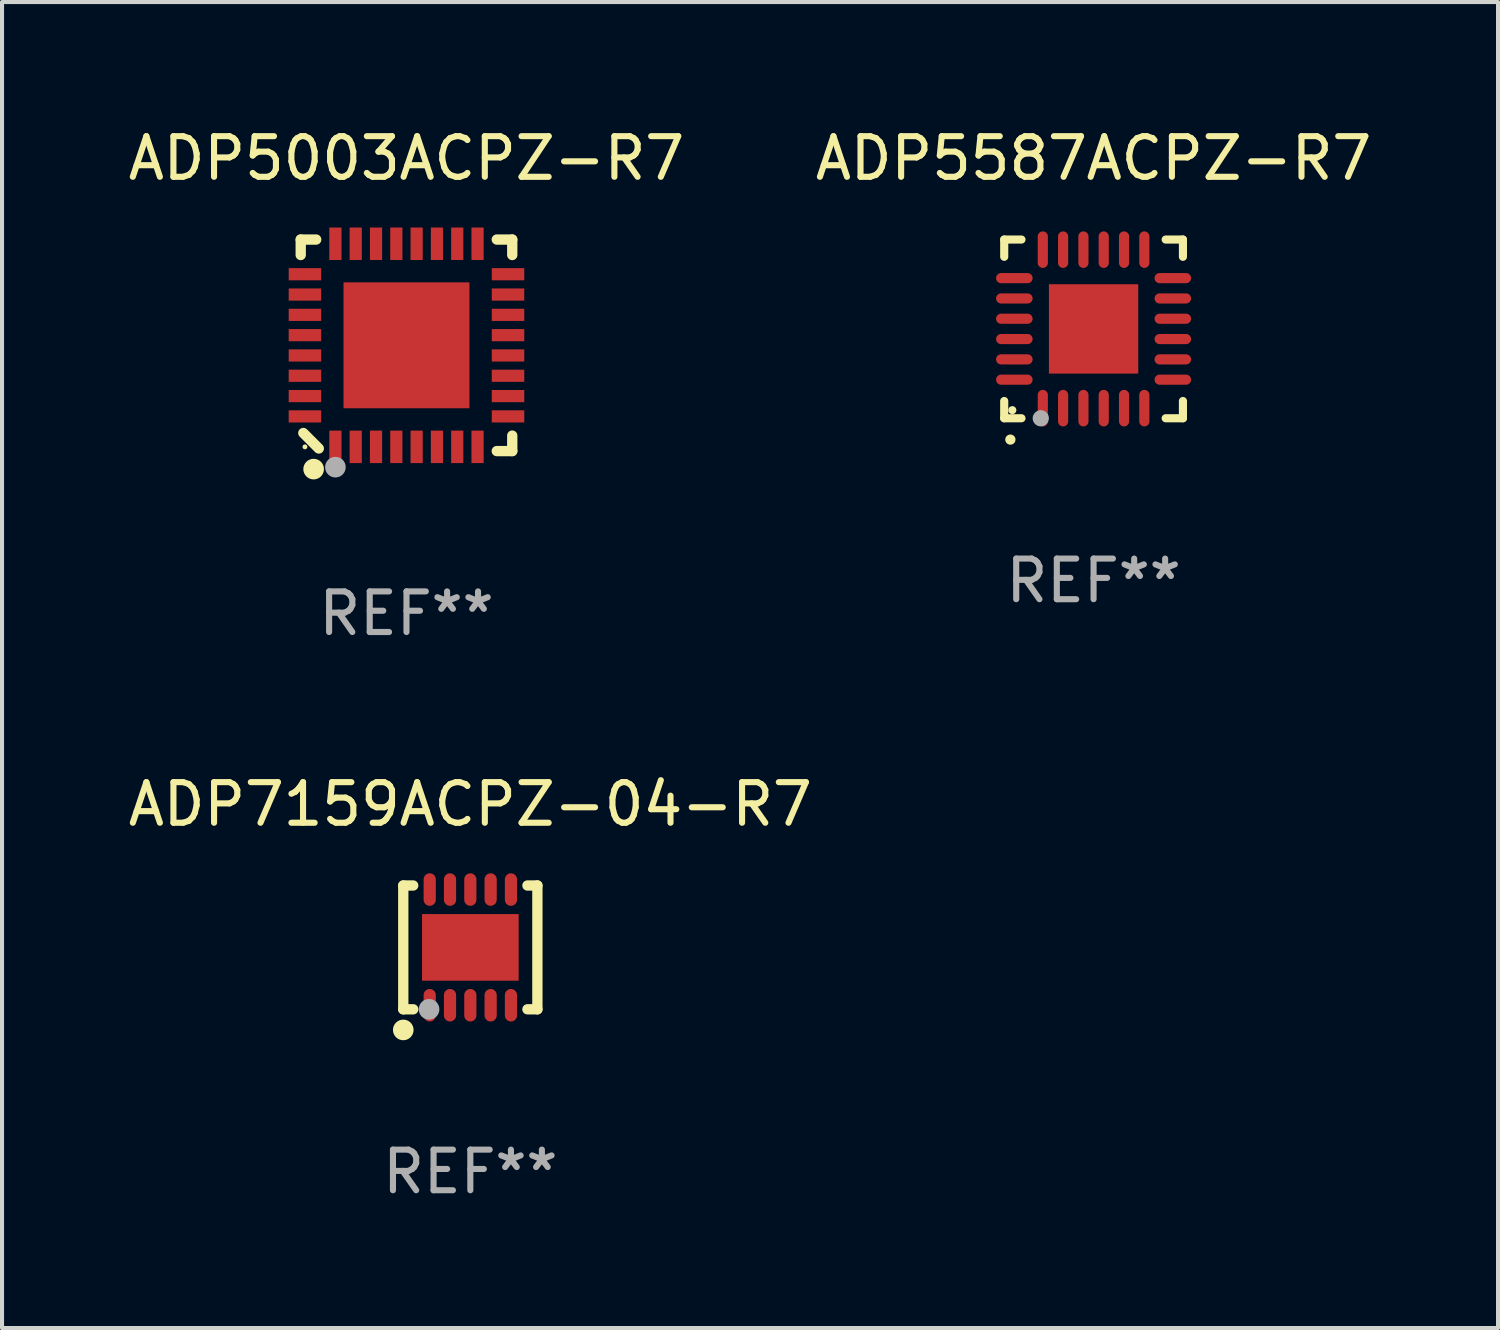
<source format=kicad_pcb>
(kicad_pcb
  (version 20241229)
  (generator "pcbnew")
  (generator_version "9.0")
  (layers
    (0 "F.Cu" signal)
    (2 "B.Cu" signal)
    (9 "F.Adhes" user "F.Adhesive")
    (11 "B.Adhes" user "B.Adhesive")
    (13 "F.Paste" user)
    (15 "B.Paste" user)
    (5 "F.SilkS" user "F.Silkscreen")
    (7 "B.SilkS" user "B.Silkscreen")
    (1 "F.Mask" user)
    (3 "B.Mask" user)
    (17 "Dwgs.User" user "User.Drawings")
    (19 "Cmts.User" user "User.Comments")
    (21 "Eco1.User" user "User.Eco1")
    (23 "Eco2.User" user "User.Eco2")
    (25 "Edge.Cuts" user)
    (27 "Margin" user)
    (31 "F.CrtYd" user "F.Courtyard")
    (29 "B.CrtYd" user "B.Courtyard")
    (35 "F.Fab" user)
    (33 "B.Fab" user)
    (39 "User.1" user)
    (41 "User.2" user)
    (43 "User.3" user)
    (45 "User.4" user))
  (footprint "ADP7159ACPZ-04-R7"
    (layer "F.Cu")
    (at 8.53 20.276)
    (property "Reference" "ADP7159ACPZ-04-R7" (at 0 -3.524 0) (layer "F.SilkS") (effects (font (size 1 1) (thickness 0.15))))
    (attr through_hole)
    (fp_line (start -1.651 -1.524) (end -1.651 1.524) (stroke (width 0.254) (type solid)) (layer "F.SilkS"))
    (fp_line (start -1.651 1.524) (end -1.406 1.524) (stroke (width 0.254) (type solid)) (layer "F.SilkS"))
    (fp_line (start -1.406 -1.524) (end -1.651 -1.524) (stroke (width 0.254) (type solid)) (layer "F.SilkS"))
    (fp_line (start 1.406 1.524) (end 1.651 1.524) (stroke (width 0.254) (type solid)) (layer "F.SilkS"))
    (fp_line (start 1.651 -1.524) (end 1.406 -1.524) (stroke (width 0.254) (type solid)) (layer "F.SilkS"))
    (fp_line (start 1.651 1.524) (end 1.651 -1.524) (stroke (width 0.254) (type solid)) (layer "F.SilkS"))
    (fp_circle (center -1.651 2.032) (end -1.524 2.032) (stroke (width 0.254) (type solid)) (fill no) (layer "F.SilkS"))
    (fp_circle (center -1.5 1.5) (end -1.47 1.5) (stroke (width 0.06) (type solid)) (fill no) (layer "F.SilkS"))
    (fp_circle (center -1.016 1.524) (end -0.889 1.524) (stroke (width 0.254) (type solid)) (fill no) (layer "F.Fab"))
    (fp_text user "REF**" (at 0 5.524 0) (layer "F.Fab") (effects (font (size 1 1) (thickness 0.15))))
    (pad "1" smd oval (at -1 1.424 90) (size 0.8 0.3) (layers "F.Cu" "F.Mask" "F.Paste"))
    (pad "2" smd oval (at -0.5 1.424 90) (size 0.8 0.3) (layers "F.Cu" "F.Mask" "F.Paste"))
    (pad "3" smd oval (at 0 1.424 90) (size 0.8 0.3) (layers "F.Cu" "F.Mask" "F.Paste"))
    (pad "4" smd oval (at 0.5 1.424 90) (size 0.8 0.3) (layers "F.Cu" "F.Mask" "F.Paste"))
    (pad "5" smd oval (at 1 1.424 90) (size 0.8 0.3) (layers "F.Cu" "F.Mask" "F.Paste"))
    (pad "6" smd oval (at 1 -1.424 90) (size 0.8 0.3) (layers "F.Cu" "F.Mask" "F.Paste"))
    (pad "7" smd oval (at 0.5 -1.424 90) (size 0.8 0.3) (layers "F.Cu" "F.Mask" "F.Paste"))
    (pad "8" smd oval (at 0 -1.424 90) (size 0.8 0.3) (layers "F.Cu" "F.Mask" "F.Paste"))
    (pad "9" smd oval (at -0.5 -1.424 90) (size 0.8 0.3) (layers "F.Cu" "F.Mask" "F.Paste"))
    (pad "10" smd oval (at -1 -1.424 90) (size 0.8 0.3) (layers "F.Cu" "F.Mask" "F.Paste"))
    (pad "11" smd rect (at 0 0 90) (size 1.64 2.38) (layers "F.Cu" "F.Mask" "F.Paste")))
  (footprint "ADP5003ACPZ-R7"
    (layer "F.Cu")
    (at 6.958 5.452)
    (property "Reference" "ADP5003ACPZ-R7" (at 0 -4.604 0) (layer "F.SilkS") (effects (font (size 1 1) (thickness 0.15))))
    (attr through_hole)
    (fp_line (start -2.604 -2.604) (end -2.604 -2.223) (stroke (width 0.254) (type solid)) (layer "F.SilkS"))
    (fp_line (start -2.54 2.159) (end -2.159 2.54) (stroke (width 0.254) (type solid)) (layer "F.SilkS"))
    (fp_line (start -2.223 -2.604) (end -2.604 -2.604) (stroke (width 0.254) (type solid)) (layer "F.SilkS"))
    (fp_line (start 2.223 2.604) (end 2.604 2.604) (stroke (width 0.254) (type solid)) (layer "F.SilkS"))
    (fp_line (start 2.604 -2.604) (end 2.223 -2.604) (stroke (width 0.254) (type solid)) (layer "F.SilkS"))
    (fp_line (start 2.604 -2.223) (end 2.604 -2.604) (stroke (width 0.254) (type solid)) (layer "F.SilkS"))
    (fp_line (start 2.604 2.604) (end 2.604 2.223) (stroke (width 0.254) (type solid)) (layer "F.SilkS"))
    (fp_circle (center -2.5 2.5) (end -2.47 2.5) (stroke (width 0.06) (type solid)) (fill no) (layer "F.SilkS"))
    (fp_circle (center -2.286 3.048) (end -2.159 3.048) (stroke (width 0.254) (type solid)) (fill no) (layer "F.SilkS"))
    (fp_circle (center -1.75 3) (end -1.623 3) (stroke (width 0.254) (type solid)) (fill no) (layer "F.Fab"))
    (fp_text user "REF**" (at 0 6.604 0) (layer "F.Fab") (effects (font (size 1 1) (thickness 0.15))))
    (pad "1" smd rect (at -1.75 2.5) (size 0.3 0.8) (layers "F.Cu" "F.Mask" "F.Paste"))
    (pad "2" smd rect (at -1.25 2.5) (size 0.3 0.8) (layers "F.Cu" "F.Mask" "F.Paste"))
    (pad "3" smd rect (at -0.75 2.5) (size 0.3 0.8) (layers "F.Cu" "F.Mask" "F.Paste"))
    (pad "4" smd rect (at -0.25 2.5) (size 0.3 0.8) (layers "F.Cu" "F.Mask" "F.Paste"))
    (pad "5" smd rect (at 0.25 2.5) (size 0.3 0.8) (layers "F.Cu" "F.Mask" "F.Paste"))
    (pad "6" smd rect (at 0.75 2.5) (size 0.3 0.8) (layers "F.Cu" "F.Mask" "F.Paste"))
    (pad "7" smd rect (at 1.25 2.5) (size 0.3 0.8) (layers "F.Cu" "F.Mask" "F.Paste"))
    (pad "8" smd rect (at 1.75 2.5) (size 0.3 0.8) (layers "F.Cu" "F.Mask" "F.Paste"))
    (pad "9" smd rect (at 2.5 1.75) (size 0.8 0.3) (layers "F.Cu" "F.Mask" "F.Paste"))
    (pad "10" smd rect (at 2.5 1.25) (size 0.8 0.3) (layers "F.Cu" "F.Mask" "F.Paste"))
    (pad "11" smd rect (at 2.5 0.75) (size 0.8 0.3) (layers "F.Cu" "F.Mask" "F.Paste"))
    (pad "12" smd rect (at 2.5 0.25) (size 0.8 0.3) (layers "F.Cu" "F.Mask" "F.Paste"))
    (pad "13" smd rect (at 2.5 -0.25) (size 0.8 0.3) (layers "F.Cu" "F.Mask" "F.Paste"))
    (pad "14" smd rect (at 2.5 -0.75) (size 0.8 0.3) (layers "F.Cu" "F.Mask" "F.Paste"))
    (pad "15" smd rect (at 2.5 -1.25) (size 0.8 0.3) (layers "F.Cu" "F.Mask" "F.Paste"))
    (pad "16" smd rect (at 2.5 -1.75) (size 0.8 0.3) (layers "F.Cu" "F.Mask" "F.Paste"))
    (pad "17" smd rect (at 1.75 -2.5) (size 0.3 0.8) (layers "F.Cu" "F.Mask" "F.Paste"))
    (pad "18" smd rect (at 1.25 -2.5) (size 0.3 0.8) (layers "F.Cu" "F.Mask" "F.Paste"))
    (pad "19" smd rect (at 0.75 -2.5) (size 0.3 0.8) (layers "F.Cu" "F.Mask" "F.Paste"))
    (pad "20" smd rect (at 0.25 -2.5) (size 0.3 0.8) (layers "F.Cu" "F.Mask" "F.Paste"))
    (pad "21" smd rect (at -0.25 -2.5) (size 0.3 0.8) (layers "F.Cu" "F.Mask" "F.Paste"))
    (pad "22" smd rect (at -0.75 -2.5) (size 0.3 0.8) (layers "F.Cu" "F.Mask" "F.Paste"))
    (pad "23" smd rect (at -1.25 -2.5) (size 0.3 0.8) (layers "F.Cu" "F.Mask" "F.Paste"))
    (pad "24" smd rect (at -1.75 -2.5) (size 0.3 0.8) (layers "F.Cu" "F.Mask" "F.Paste"))
    (pad "25" smd rect (at -2.5 -1.75) (size 0.8 0.3) (layers "F.Cu" "F.Mask" "F.Paste"))
    (pad "26" smd rect (at -2.5 -1.25) (size 0.8 0.3) (layers "F.Cu" "F.Mask" "F.Paste"))
    (pad "27" smd rect (at -2.5 -0.75) (size 0.8 0.3) (layers "F.Cu" "F.Mask" "F.Paste"))
    (pad "28" smd rect (at -2.5 -0.25) (size 0.8 0.3) (layers "F.Cu" "F.Mask" "F.Paste"))
    (pad "29" smd rect (at -2.5 0.25) (size 0.8 0.3) (layers "F.Cu" "F.Mask" "F.Paste"))
    (pad "30" smd rect (at -2.5 0.75) (size 0.8 0.3) (layers "F.Cu" "F.Mask" "F.Paste"))
    (pad "31" smd rect (at -2.5 1.25) (size 0.8 0.3) (layers "F.Cu" "F.Mask" "F.Paste"))
    (pad "32" smd rect (at -2.5 1.75) (size 0.8 0.3) (layers "F.Cu" "F.Mask" "F.Paste"))
    (pad "33" smd rect (at 0 -0.000025) (size 3.1 3.1) (layers "F.Cu" "F.Mask" "F.Paste")))
  (footprint "ADP5587ACPZ-R7"
    (layer "F.Cu")
    (at 23.875 5.048)
    (property "Reference" "ADP5587ACPZ-R7" (at 0 -4.2 0) (layer "F.SilkS") (effects (font (size 1 1) (thickness 0.15))))
    (attr through_hole)
    (fp_line (start -2.2 -2.2) (end -2.2 -1.775) (stroke (width 0.2) (type solid)) (layer "F.SilkS"))
    (fp_line (start -2.2 2.2) (end -2.2 1.775) (stroke (width 0.2) (type solid)) (layer "F.SilkS"))
    (fp_line (start -1.775 -2.2) (end -2.2 -2.2) (stroke (width 0.2) (type solid)) (layer "F.SilkS"))
    (fp_line (start -1.775 2.2) (end -2.2 2.2) (stroke (width 0.2) (type solid)) (layer "F.SilkS"))
    (fp_line (start 2.2 -2.2) (end 1.775 -2.2) (stroke (width 0.2) (type solid)) (layer "F.SilkS"))
    (fp_line (start 2.2 -1.775) (end 2.2 -2.2) (stroke (width 0.2) (type solid)) (layer "F.SilkS"))
    (fp_line (start 2.2 1.775) (end 2.2 2.2) (stroke (width 0.2) (type solid)) (layer "F.SilkS"))
    (fp_line (start 2.2 2.2) (end 1.775 2.2) (stroke (width 0.2) (type solid)) (layer "F.SilkS"))
    (fp_arc (start -2.049784 2.725425) (mid -2.048514 2.725419) (end -2.047244 2.725425) (stroke (width 0.25) (type solid)) (layer "F.SilkS"))
    (fp_circle (center -2 2) (end -1.95 2) (stroke (width 0.1) (type solid)) (fill no) (layer "F.SilkS"))
    (fp_circle (center -1.3 2.2) (end -1.2 2.2) (stroke (width 0.2) (type solid)) (fill no) (layer "F.Fab"))
    (fp_text user "REF**" (at 0 6.2 0) (layer "F.Fab") (effects (font (size 1 1) (thickness 0.15))))
    (pad "1" smd oval (at -1.25 1.951) (size 0.25 0.9) (layers "F.Cu" "F.Mask" "F.Paste"))
    (pad "2" smd oval (at -0.75 1.951) (size 0.25 0.9) (layers "F.Cu" "F.Mask" "F.Paste"))
    (pad "3" smd oval (at -0.25 1.951) (size 0.25 0.9) (layers "F.Cu" "F.Mask" "F.Paste"))
    (pad "4" smd oval (at 0.25 1.951) (size 0.25 0.9) (layers "F.Cu" "F.Mask" "F.Paste"))
    (pad "5" smd oval (at 0.75 1.951) (size 0.25 0.9) (layers "F.Cu" "F.Mask" "F.Paste"))
    (pad "6" smd oval (at 1.25 1.951) (size 0.25 0.9) (layers "F.Cu" "F.Mask" "F.Paste"))
    (pad "7" smd oval (at 1.951 1.25) (size 0.9 0.25) (layers "F.Cu" "F.Mask" "F.Paste"))
    (pad "8" smd oval (at 1.951 0.75) (size 0.9 0.25) (layers "F.Cu" "F.Mask" "F.Paste"))
    (pad "9" smd oval (at 1.951 0.25) (size 0.9 0.25) (layers "F.Cu" "F.Mask" "F.Paste"))
    (pad "10" smd oval (at 1.951 -0.25) (size 0.9 0.25) (layers "F.Cu" "F.Mask" "F.Paste"))
    (pad "11" smd oval (at 1.951 -0.75) (size 0.9 0.25) (layers "F.Cu" "F.Mask" "F.Paste"))
    (pad "12" smd oval (at 1.951 -1.25) (size 0.9 0.25) (layers "F.Cu" "F.Mask" "F.Paste"))
    (pad "13" smd oval (at 1.25 -1.951) (size 0.25 0.9) (layers "F.Cu" "F.Mask" "F.Paste"))
    (pad "14" smd oval (at 0.75 -1.951) (size 0.25 0.9) (layers "F.Cu" "F.Mask" "F.Paste"))
    (pad "15" smd oval (at 0.25 -1.951) (size 0.25 0.9) (layers "F.Cu" "F.Mask" "F.Paste"))
    (pad "16" smd oval (at -0.25 -1.951) (size 0.25 0.9) (layers "F.Cu" "F.Mask" "F.Paste"))
    (pad "17" smd oval (at -0.75 -1.951) (size 0.25 0.9) (layers "F.Cu" "F.Mask" "F.Paste"))
    (pad "18" smd oval (at -1.25 -1.951) (size 0.25 0.9) (layers "F.Cu" "F.Mask" "F.Paste"))
    (pad "19" smd oval (at -1.951 -1.25) (size 0.9 0.25) (layers "F.Cu" "F.Mask" "F.Paste"))
    (pad "20" smd oval (at -1.951 -0.75) (size 0.9 0.25) (layers "F.Cu" "F.Mask" "F.Paste"))
    (pad "21" smd oval (at -1.951 -0.25) (size 0.9 0.25) (layers "F.Cu" "F.Mask" "F.Paste"))
    (pad "22" smd oval (at -1.951 0.25) (size 0.9 0.25) (layers "F.Cu" "F.Mask" "F.Paste"))
    (pad "23" smd oval (at -1.951 0.75) (size 0.9 0.25) (layers "F.Cu" "F.Mask" "F.Paste"))
    (pad "24" smd oval (at -1.951 1.25) (size 0.9 0.25) (layers "F.Cu" "F.Mask" "F.Paste"))
    (pad "25" smd rect (at 0.000076 0) (size 2.2 2.2) (layers "F.Cu" "F.Mask" "F.Paste")))
  (gr_rect
    (start -3 -3)
    (end 33.833 29.648)
    (stroke (width 0.1) (type default))
    (fill no)
    (layer "Edge.Cuts")))
</source>
